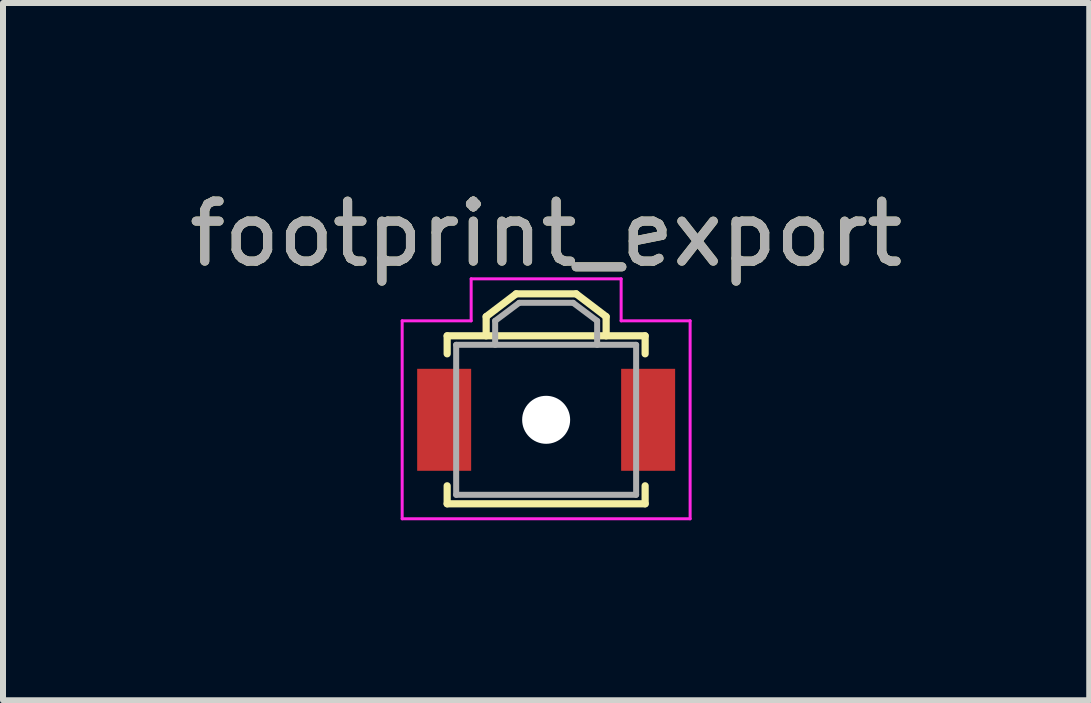
<source format=kicad_pcb>
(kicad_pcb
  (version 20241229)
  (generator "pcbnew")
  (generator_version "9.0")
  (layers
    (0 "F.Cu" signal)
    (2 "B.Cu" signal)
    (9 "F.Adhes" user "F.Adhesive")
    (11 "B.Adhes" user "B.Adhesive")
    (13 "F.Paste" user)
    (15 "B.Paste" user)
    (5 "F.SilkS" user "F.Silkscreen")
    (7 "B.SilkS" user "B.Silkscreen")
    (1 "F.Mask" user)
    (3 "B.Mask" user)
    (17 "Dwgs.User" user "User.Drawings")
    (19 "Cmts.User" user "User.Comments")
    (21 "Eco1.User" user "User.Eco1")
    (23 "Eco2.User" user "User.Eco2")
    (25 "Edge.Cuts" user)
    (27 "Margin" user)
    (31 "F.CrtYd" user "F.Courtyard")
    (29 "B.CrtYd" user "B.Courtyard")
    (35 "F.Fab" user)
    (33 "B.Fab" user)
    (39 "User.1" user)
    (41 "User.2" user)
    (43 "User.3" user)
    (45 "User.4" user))
  (footprint "footprint_export"
    (layer "F.Cu")
    (at 6.054 3.948)
    (property "Reference" "footprint_export" (at 0 -3.1 0) (layer "F.SilkS") (effects (font (size 1 1) (thickness 0.15))))
    (attr smd)
    (fp_line (start -1.65 -1.4) (end 1.65 -1.4) (stroke (width 0.12) (type solid)) (layer "F.SilkS"))
    (fp_line (start -1.65 -1.1) (end -1.65 -1.4) (stroke (width 0.12) (type solid)) (layer "F.SilkS"))
    (fp_line (start -1.65 1.1) (end -1.65 1.4) (stroke (width 0.12) (type solid)) (layer "F.SilkS"))
    (fp_line (start -1.65 1.4) (end 1.65 1.4) (stroke (width 0.12) (type solid)) (layer "F.SilkS"))
    (fp_line (start -1 -1.72) (end -1 -1.4) (stroke (width 0.12) (type solid)) (layer "F.SilkS"))
    (fp_line (start -0.5 -2.1) (end -1 -1.72) (stroke (width 0.12) (type solid)) (layer "F.SilkS"))
    (fp_line (start -0.5 -2.1) (end 0.5 -2.1) (stroke (width 0.12) (type solid)) (layer "F.SilkS"))
    (fp_line (start 0.5 -2.1) (end 1 -1.72) (stroke (width 0.12) (type solid)) (layer "F.SilkS"))
    (fp_line (start 1 -1.72) (end 1 -1.4) (stroke (width 0.12) (type solid)) (layer "F.SilkS"))
    (fp_line (start 1.65 -1.4) (end 1.65 -1.1) (stroke (width 0.12) (type solid)) (layer "F.SilkS"))
    (fp_line (start 1.65 1.4) (end 1.65 1.1) (stroke (width 0.12) (type solid)) (layer "F.SilkS"))
    (fp_line (start -2.4 -1.65) (end -2.4 1.65) (stroke (width 0.05) (type solid)) (layer "F.CrtYd"))
    (fp_line (start -2.4 1.65) (end 2.4 1.65) (stroke (width 0.05) (type solid)) (layer "F.CrtYd"))
    (fp_line (start -1.25 -2.35) (end 1.25 -2.35) (stroke (width 0.05) (type solid)) (layer "F.CrtYd"))
    (fp_line (start -1.25 -1.65) (end -2.4 -1.65) (stroke (width 0.05) (type solid)) (layer "F.CrtYd"))
    (fp_line (start -1.25 -1.65) (end -1.25 -2.35) (stroke (width 0.05) (type solid)) (layer "F.CrtYd"))
    (fp_line (start 1.25 -2.35) (end 1.25 -1.65) (stroke (width 0.05) (type solid)) (layer "F.CrtYd"))
    (fp_line (start 1.25 -1.65) (end 2.4 -1.65) (stroke (width 0.05) (type solid)) (layer "F.CrtYd"))
    (fp_line (start 2.4 1.65) (end 2.4 -1.65) (stroke (width 0.05) (type solid)) (layer "F.CrtYd"))
    (fp_line (start -1.5 -1.25) (end 1.5 -1.25) (stroke (width 0.1) (type solid)) (layer "F.Fab"))
    (fp_line (start -1.5 1.25) (end -1.5 -1.25) (stroke (width 0.1) (type solid)) (layer "F.Fab"))
    (fp_line (start -0.85 -1.65) (end -0.45 -1.95) (stroke (width 0.1) (type solid)) (layer "F.Fab"))
    (fp_line (start -0.85 -1.25) (end -0.85 -1.65) (stroke (width 0.1) (type solid)) (layer "F.Fab"))
    (fp_line (start -0.45 -1.95) (end 0.45 -1.95) (stroke (width 0.1) (type solid)) (layer "F.Fab"))
    (fp_line (start 0.45 -1.95) (end 0.85 -1.65) (stroke (width 0.1) (type solid)) (layer "F.Fab"))
    (fp_line (start 0.85 -1.65) (end 0.85 -1.25) (stroke (width 0.1) (type solid)) (layer "F.Fab"))
    (fp_line (start 1.5 -1.25) (end 1.5 1.25) (stroke (width 0.1) (type solid)) (layer "F.Fab"))
    (fp_line (start 1.5 1.25) (end -1.5 1.25) (stroke (width 0.1) (type solid)) (layer "F.Fab"))
    (fp_text user "${REFERENCE}" (at 0 -3.1 0) (layer "F.Fab") (effects (font (size 1 1) (thickness 0.15))))
    (pad "" np_thru_hole circle (at 0 0) (size 0.8 0.8) (drill 0.8) (layers "*.Cu" "*.Mask"))
    (pad "1" smd rect (at -1.7 0) (size 0.9 1.7) (layers "F.Cu" "F.Mask" "F.Paste"))
    (pad "2" smd rect (at 1.7 0) (size 0.9 1.7) (layers "F.Cu" "F.Mask" "F.Paste")))
  (gr_rect
    (start -3 -3)
    (end 15.107 8.623)
    (stroke (width 0.1) (type default))
    (fill no)
    (layer "Edge.Cuts")))
</source>
